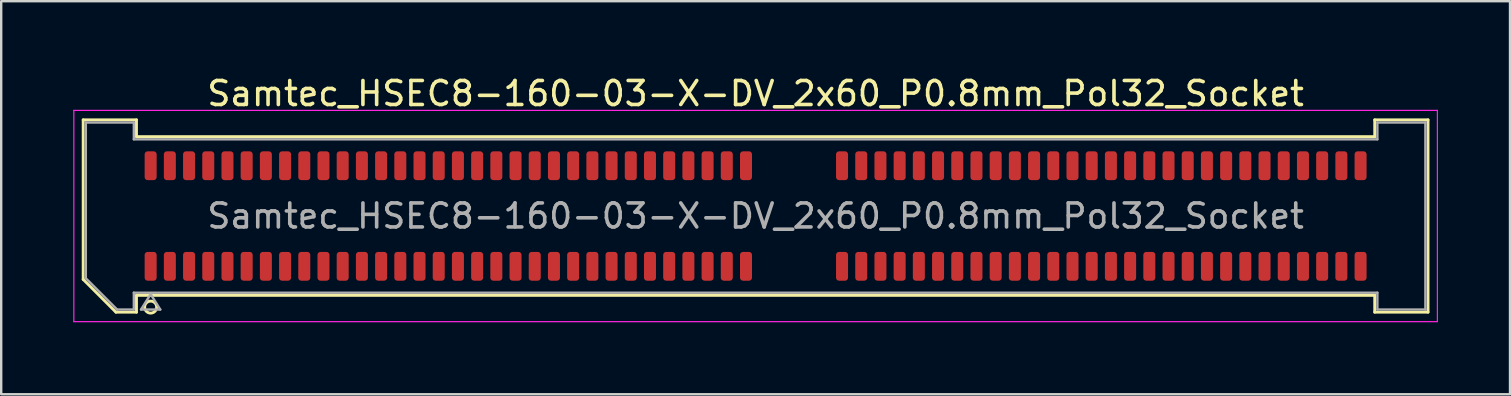
<source format=kicad_pcb>
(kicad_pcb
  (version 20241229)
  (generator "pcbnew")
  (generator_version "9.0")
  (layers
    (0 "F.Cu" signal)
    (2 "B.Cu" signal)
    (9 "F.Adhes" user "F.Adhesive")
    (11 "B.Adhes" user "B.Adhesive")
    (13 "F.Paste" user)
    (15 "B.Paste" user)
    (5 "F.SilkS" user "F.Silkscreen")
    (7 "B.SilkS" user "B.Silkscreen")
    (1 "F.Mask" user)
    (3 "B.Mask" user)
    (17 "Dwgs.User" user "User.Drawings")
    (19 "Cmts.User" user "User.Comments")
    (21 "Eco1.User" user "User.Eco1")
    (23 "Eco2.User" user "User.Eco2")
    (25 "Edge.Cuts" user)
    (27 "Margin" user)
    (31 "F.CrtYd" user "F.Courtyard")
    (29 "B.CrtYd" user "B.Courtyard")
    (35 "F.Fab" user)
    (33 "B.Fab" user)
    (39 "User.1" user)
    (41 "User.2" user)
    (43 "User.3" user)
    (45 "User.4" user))
  (footprint "Samtec_HSEC8-160-03-X-DV_2x60_P0.8mm_Pol32_Socket"
    (layer "F.Cu")
    (at 28.425 5.948)
    (property "Reference" "Samtec_HSEC8-160-03-X-DV_2x60_P0.8mm_Pol32_Socket" (at 0 -5.1 0) (layer "F.SilkS") (effects (font (size 1 1) (thickness 0.15))))
    (attr smd)
    (fp_line (start -28.01 -4.005) (end -25.79 -4.005) (stroke (width 0.12) (type solid)) (layer "F.SilkS"))
    (fp_line (start -28.01 2.641) (end -28.01 -4.005) (stroke (width 0.12) (type solid)) (layer "F.SilkS"))
    (fp_line (start -26.646 4.005) (end -28.01 2.641) (stroke (width 0.12) (type solid)) (layer "F.SilkS"))
    (fp_line (start -25.79 -4.005) (end -25.79 -3.305) (stroke (width 0.12) (type solid)) (layer "F.SilkS"))
    (fp_line (start -25.79 -3.305) (end 25.79 -3.305) (stroke (width 0.12) (type solid)) (layer "F.SilkS"))
    (fp_line (start -25.79 3.305) (end -25.79 4.005) (stroke (width 0.12) (type solid)) (layer "F.SilkS"))
    (fp_line (start -25.79 4.005) (end -26.646 4.005) (stroke (width 0.12) (type solid)) (layer "F.SilkS"))
    (fp_line (start 25.79 -4.005) (end 28.01 -4.005) (stroke (width 0.12) (type solid)) (layer "F.SilkS"))
    (fp_line (start 25.79 -3.305) (end 25.79 -4.005) (stroke (width 0.12) (type solid)) (layer "F.SilkS"))
    (fp_line (start 25.79 3.305) (end -25.79 3.305) (stroke (width 0.12) (type solid)) (layer "F.SilkS"))
    (fp_line (start 25.79 4.005) (end 25.79 3.305) (stroke (width 0.12) (type solid)) (layer "F.SilkS"))
    (fp_line (start 28.01 -4.005) (end 28.01 4.005) (stroke (width 0.12) (type solid)) (layer "F.SilkS"))
    (fp_line (start 28.01 4.005) (end 25.79 4.005) (stroke (width 0.12) (type solid)) (layer "F.SilkS"))
    (fp_circle (center -25.2 3.795) (end -24.95 3.795) (stroke (width 0.12) (type solid)) (fill no) (layer "F.SilkS"))
    (fp_line (start -28.4 -4.4) (end -28.4 4.4) (stroke (width 0.05) (type solid)) (layer "F.CrtYd"))
    (fp_line (start -28.4 4.4) (end 28.4 4.4) (stroke (width 0.05) (type solid)) (layer "F.CrtYd"))
    (fp_line (start 28.4 -4.4) (end -28.4 -4.4) (stroke (width 0.05) (type solid)) (layer "F.CrtYd"))
    (fp_line (start 28.4 4.4) (end 28.4 -4.4) (stroke (width 0.05) (type solid)) (layer "F.CrtYd"))
    (fp_line (start -27.9 -3.895) (end -25.9 -3.895) (stroke (width 0.1) (type solid)) (layer "F.Fab"))
    (fp_line (start -27.9 2.595) (end -27.9 -3.895) (stroke (width 0.1) (type solid)) (layer "F.Fab"))
    (fp_line (start -26.6 3.895) (end -27.9 2.595) (stroke (width 0.1) (type solid)) (layer "F.Fab"))
    (fp_line (start -25.9 -3.895) (end -25.9 -3.195) (stroke (width 0.1) (type solid)) (layer "F.Fab"))
    (fp_line (start -25.9 -3.195) (end 25.9 -3.195) (stroke (width 0.1) (type solid)) (layer "F.Fab"))
    (fp_line (start -25.9 3.195) (end -25.9 3.895) (stroke (width 0.1) (type solid)) (layer "F.Fab"))
    (fp_line (start -25.9 3.895) (end -26.6 3.895) (stroke (width 0.1) (type solid)) (layer "F.Fab"))
    (fp_line (start -25.6 3.895) (end -25.2 3.255) (stroke (width 0.1) (type solid)) (layer "F.Fab"))
    (fp_line (start -25.2 3.255) (end -24.8 3.895) (stroke (width 0.1) (type solid)) (layer "F.Fab"))
    (fp_line (start -24.8 3.895) (end -25.6 3.895) (stroke (width 0.1) (type solid)) (layer "F.Fab"))
    (fp_line (start 25.9 -3.895) (end 27.9 -3.895) (stroke (width 0.1) (type solid)) (layer "F.Fab"))
    (fp_line (start 25.9 -3.195) (end 25.9 -3.895) (stroke (width 0.1) (type solid)) (layer "F.Fab"))
    (fp_line (start 25.9 3.195) (end -25.9 3.195) (stroke (width 0.1) (type solid)) (layer "F.Fab"))
    (fp_line (start 25.9 3.895) (end 25.9 3.195) (stroke (width 0.1) (type solid)) (layer "F.Fab"))
    (fp_line (start 27.9 -3.895) (end 27.9 3.895) (stroke (width 0.1) (type solid)) (layer "F.Fab"))
    (fp_line (start 27.9 3.895) (end 25.9 3.895) (stroke (width 0.1) (type solid)) (layer "F.Fab"))
    (fp_text user "${REFERENCE}" (at 0 0 0) (layer "F.Fab") (effects (font (size 1 1) (thickness 0.15))))
    (pad "1" smd roundrect (at -25.2 2.095) (size 0.5 1.2) (layers "F.Cu" "F.Mask" "F.Paste") (roundrect_rratio 0.25))
    (pad "2" smd roundrect (at -25.2 -2.095) (size 0.5 1.2) (layers "F.Cu" "F.Mask" "F.Paste") (roundrect_rratio 0.25))
    (pad "3" smd roundrect (at -24.4 2.095) (size 0.5 1.2) (layers "F.Cu" "F.Mask" "F.Paste") (roundrect_rratio 0.25))
    (pad "4" smd roundrect (at -24.4 -2.095) (size 0.5 1.2) (layers "F.Cu" "F.Mask" "F.Paste") (roundrect_rratio 0.25))
    (pad "5" smd roundrect (at -23.6 2.095) (size 0.5 1.2) (layers "F.Cu" "F.Mask" "F.Paste") (roundrect_rratio 0.25))
    (pad "6" smd roundrect (at -23.6 -2.095) (size 0.5 1.2) (layers "F.Cu" "F.Mask" "F.Paste") (roundrect_rratio 0.25))
    (pad "7" smd roundrect (at -22.8 2.095) (size 0.5 1.2) (layers "F.Cu" "F.Mask" "F.Paste") (roundrect_rratio 0.25))
    (pad "8" smd roundrect (at -22.8 -2.095) (size 0.5 1.2) (layers "F.Cu" "F.Mask" "F.Paste") (roundrect_rratio 0.25))
    (pad "9" smd roundrect (at -22 2.095) (size 0.5 1.2) (layers "F.Cu" "F.Mask" "F.Paste") (roundrect_rratio 0.25))
    (pad "10" smd roundrect (at -22 -2.095) (size 0.5 1.2) (layers "F.Cu" "F.Mask" "F.Paste") (roundrect_rratio 0.25))
    (pad "11" smd roundrect (at -21.2 2.095) (size 0.5 1.2) (layers "F.Cu" "F.Mask" "F.Paste") (roundrect_rratio 0.25))
    (pad "12" smd roundrect (at -21.2 -2.095) (size 0.5 1.2) (layers "F.Cu" "F.Mask" "F.Paste") (roundrect_rratio 0.25))
    (pad "13" smd roundrect (at -20.4 2.095) (size 0.5 1.2) (layers "F.Cu" "F.Mask" "F.Paste") (roundrect_rratio 0.25))
    (pad "14" smd roundrect (at -20.4 -2.095) (size 0.5 1.2) (layers "F.Cu" "F.Mask" "F.Paste") (roundrect_rratio 0.25))
    (pad "15" smd roundrect (at -19.6 2.095) (size 0.5 1.2) (layers "F.Cu" "F.Mask" "F.Paste") (roundrect_rratio 0.25))
    (pad "16" smd roundrect (at -19.6 -2.095) (size 0.5 1.2) (layers "F.Cu" "F.Mask" "F.Paste") (roundrect_rratio 0.25))
    (pad "17" smd roundrect (at -18.8 2.095) (size 0.5 1.2) (layers "F.Cu" "F.Mask" "F.Paste") (roundrect_rratio 0.25))
    (pad "18" smd roundrect (at -18.8 -2.095) (size 0.5 1.2) (layers "F.Cu" "F.Mask" "F.Paste") (roundrect_rratio 0.25))
    (pad "19" smd roundrect (at -18 2.095) (size 0.5 1.2) (layers "F.Cu" "F.Mask" "F.Paste") (roundrect_rratio 0.25))
    (pad "20" smd roundrect (at -18 -2.095) (size 0.5 1.2) (layers "F.Cu" "F.Mask" "F.Paste") (roundrect_rratio 0.25))
    (pad "21" smd roundrect (at -17.2 2.095) (size 0.5 1.2) (layers "F.Cu" "F.Mask" "F.Paste") (roundrect_rratio 0.25))
    (pad "22" smd roundrect (at -17.2 -2.095) (size 0.5 1.2) (layers "F.Cu" "F.Mask" "F.Paste") (roundrect_rratio 0.25))
    (pad "23" smd roundrect (at -16.4 2.095) (size 0.5 1.2) (layers "F.Cu" "F.Mask" "F.Paste") (roundrect_rratio 0.25))
    (pad "24" smd roundrect (at -16.4 -2.095) (size 0.5 1.2) (layers "F.Cu" "F.Mask" "F.Paste") (roundrect_rratio 0.25))
    (pad "25" smd roundrect (at -15.6 2.095) (size 0.5 1.2) (layers "F.Cu" "F.Mask" "F.Paste") (roundrect_rratio 0.25))
    (pad "26" smd roundrect (at -15.6 -2.095) (size 0.5 1.2) (layers "F.Cu" "F.Mask" "F.Paste") (roundrect_rratio 0.25))
    (pad "27" smd roundrect (at -14.8 2.095) (size 0.5 1.2) (layers "F.Cu" "F.Mask" "F.Paste") (roundrect_rratio 0.25))
    (pad "28" smd roundrect (at -14.8 -2.095) (size 0.5 1.2) (layers "F.Cu" "F.Mask" "F.Paste") (roundrect_rratio 0.25))
    (pad "29" smd roundrect (at -14 2.095) (size 0.5 1.2) (layers "F.Cu" "F.Mask" "F.Paste") (roundrect_rratio 0.25))
    (pad "30" smd roundrect (at -14 -2.095) (size 0.5 1.2) (layers "F.Cu" "F.Mask" "F.Paste") (roundrect_rratio 0.25))
    (pad "31" smd roundrect (at -13.2 2.095) (size 0.5 1.2) (layers "F.Cu" "F.Mask" "F.Paste") (roundrect_rratio 0.25))
    (pad "32" smd roundrect (at -13.2 -2.095) (size 0.5 1.2) (layers "F.Cu" "F.Mask" "F.Paste") (roundrect_rratio 0.25))
    (pad "33" smd roundrect (at -12.4 2.095) (size 0.5 1.2) (layers "F.Cu" "F.Mask" "F.Paste") (roundrect_rratio 0.25))
    (pad "34" smd roundrect (at -12.4 -2.095) (size 0.5 1.2) (layers "F.Cu" "F.Mask" "F.Paste") (roundrect_rratio 0.25))
    (pad "35" smd roundrect (at -11.6 2.095) (size 0.5 1.2) (layers "F.Cu" "F.Mask" "F.Paste") (roundrect_rratio 0.25))
    (pad "36" smd roundrect (at -11.6 -2.095) (size 0.5 1.2) (layers "F.Cu" "F.Mask" "F.Paste") (roundrect_rratio 0.25))
    (pad "37" smd roundrect (at -10.8 2.095) (size 0.5 1.2) (layers "F.Cu" "F.Mask" "F.Paste") (roundrect_rratio 0.25))
    (pad "38" smd roundrect (at -10.8 -2.095) (size 0.5 1.2) (layers "F.Cu" "F.Mask" "F.Paste") (roundrect_rratio 0.25))
    (pad "39" smd roundrect (at -10 2.095) (size 0.5 1.2) (layers "F.Cu" "F.Mask" "F.Paste") (roundrect_rratio 0.25))
    (pad "40" smd roundrect (at -10 -2.095) (size 0.5 1.2) (layers "F.Cu" "F.Mask" "F.Paste") (roundrect_rratio 0.25))
    (pad "41" smd roundrect (at -9.2 2.095) (size 0.5 1.2) (layers "F.Cu" "F.Mask" "F.Paste") (roundrect_rratio 0.25))
    (pad "42" smd roundrect (at -9.2 -2.095) (size 0.5 1.2) (layers "F.Cu" "F.Mask" "F.Paste") (roundrect_rratio 0.25))
    (pad "43" smd roundrect (at -8.4 2.095) (size 0.5 1.2) (layers "F.Cu" "F.Mask" "F.Paste") (roundrect_rratio 0.25))
    (pad "44" smd roundrect (at -8.4 -2.095) (size 0.5 1.2) (layers "F.Cu" "F.Mask" "F.Paste") (roundrect_rratio 0.25))
    (pad "45" smd roundrect (at -7.6 2.095) (size 0.5 1.2) (layers "F.Cu" "F.Mask" "F.Paste") (roundrect_rratio 0.25))
    (pad "46" smd roundrect (at -7.6 -2.095) (size 0.5 1.2) (layers "F.Cu" "F.Mask" "F.Paste") (roundrect_rratio 0.25))
    (pad "47" smd roundrect (at -6.8 2.095) (size 0.5 1.2) (layers "F.Cu" "F.Mask" "F.Paste") (roundrect_rratio 0.25))
    (pad "48" smd roundrect (at -6.8 -2.095) (size 0.5 1.2) (layers "F.Cu" "F.Mask" "F.Paste") (roundrect_rratio 0.25))
    (pad "49" smd roundrect (at -6 2.095) (size 0.5 1.2) (layers "F.Cu" "F.Mask" "F.Paste") (roundrect_rratio 0.25))
    (pad "50" smd roundrect (at -6 -2.095) (size 0.5 1.2) (layers "F.Cu" "F.Mask" "F.Paste") (roundrect_rratio 0.25))
    (pad "51" smd roundrect (at -5.2 2.095) (size 0.5 1.2) (layers "F.Cu" "F.Mask" "F.Paste") (roundrect_rratio 0.25))
    (pad "52" smd roundrect (at -5.2 -2.095) (size 0.5 1.2) (layers "F.Cu" "F.Mask" "F.Paste") (roundrect_rratio 0.25))
    (pad "53" smd roundrect (at -4.4 2.095) (size 0.5 1.2) (layers "F.Cu" "F.Mask" "F.Paste") (roundrect_rratio 0.25))
    (pad "54" smd roundrect (at -4.4 -2.095) (size 0.5 1.2) (layers "F.Cu" "F.Mask" "F.Paste") (roundrect_rratio 0.25))
    (pad "55" smd roundrect (at -3.6 2.095) (size 0.5 1.2) (layers "F.Cu" "F.Mask" "F.Paste") (roundrect_rratio 0.25))
    (pad "56" smd roundrect (at -3.6 -2.095) (size 0.5 1.2) (layers "F.Cu" "F.Mask" "F.Paste") (roundrect_rratio 0.25))
    (pad "57" smd roundrect (at -2.8 2.095) (size 0.5 1.2) (layers "F.Cu" "F.Mask" "F.Paste") (roundrect_rratio 0.25))
    (pad "58" smd roundrect (at -2.8 -2.095) (size 0.5 1.2) (layers "F.Cu" "F.Mask" "F.Paste") (roundrect_rratio 0.25))
    (pad "59" smd roundrect (at -2 2.095) (size 0.5 1.2) (layers "F.Cu" "F.Mask" "F.Paste") (roundrect_rratio 0.25))
    (pad "60" smd roundrect (at -2 -2.095) (size 0.5 1.2) (layers "F.Cu" "F.Mask" "F.Paste") (roundrect_rratio 0.25))
    (pad "61" smd roundrect (at -1.2 2.095) (size 0.5 1.2) (layers "F.Cu" "F.Mask" "F.Paste") (roundrect_rratio 0.25))
    (pad "62" smd roundrect (at -1.2 -2.095) (size 0.5 1.2) (layers "F.Cu" "F.Mask" "F.Paste") (roundrect_rratio 0.25))
    (pad "63" smd roundrect (at -0.4 2.095) (size 0.5 1.2) (layers "F.Cu" "F.Mask" "F.Paste") (roundrect_rratio 0.25))
    (pad "64" smd roundrect (at -0.4 -2.095) (size 0.5 1.2) (layers "F.Cu" "F.Mask" "F.Paste") (roundrect_rratio 0.25))
    (pad "65" smd roundrect (at 3.6 2.095) (size 0.5 1.2) (layers "F.Cu" "F.Mask" "F.Paste") (roundrect_rratio 0.25))
    (pad "66" smd roundrect (at 3.6 -2.095) (size 0.5 1.2) (layers "F.Cu" "F.Mask" "F.Paste") (roundrect_rratio 0.25))
    (pad "67" smd roundrect (at 4.4 2.095) (size 0.5 1.2) (layers "F.Cu" "F.Mask" "F.Paste") (roundrect_rratio 0.25))
    (pad "68" smd roundrect (at 4.4 -2.095) (size 0.5 1.2) (layers "F.Cu" "F.Mask" "F.Paste") (roundrect_rratio 0.25))
    (pad "69" smd roundrect (at 5.2 2.095) (size 0.5 1.2) (layers "F.Cu" "F.Mask" "F.Paste") (roundrect_rratio 0.25))
    (pad "70" smd roundrect (at 5.2 -2.095) (size 0.5 1.2) (layers "F.Cu" "F.Mask" "F.Paste") (roundrect_rratio 0.25))
    (pad "71" smd roundrect (at 6 2.095) (size 0.5 1.2) (layers "F.Cu" "F.Mask" "F.Paste") (roundrect_rratio 0.25))
    (pad "72" smd roundrect (at 6 -2.095) (size 0.5 1.2) (layers "F.Cu" "F.Mask" "F.Paste") (roundrect_rratio 0.25))
    (pad "73" smd roundrect (at 6.8 2.095) (size 0.5 1.2) (layers "F.Cu" "F.Mask" "F.Paste") (roundrect_rratio 0.25))
    (pad "74" smd roundrect (at 6.8 -2.095) (size 0.5 1.2) (layers "F.Cu" "F.Mask" "F.Paste") (roundrect_rratio 0.25))
    (pad "75" smd roundrect (at 7.6 2.095) (size 0.5 1.2) (layers "F.Cu" "F.Mask" "F.Paste") (roundrect_rratio 0.25))
    (pad "76" smd roundrect (at 7.6 -2.095) (size 0.5 1.2) (layers "F.Cu" "F.Mask" "F.Paste") (roundrect_rratio 0.25))
    (pad "77" smd roundrect (at 8.4 2.095) (size 0.5 1.2) (layers "F.Cu" "F.Mask" "F.Paste") (roundrect_rratio 0.25))
    (pad "78" smd roundrect (at 8.4 -2.095) (size 0.5 1.2) (layers "F.Cu" "F.Mask" "F.Paste") (roundrect_rratio 0.25))
    (pad "79" smd roundrect (at 9.2 2.095) (size 0.5 1.2) (layers "F.Cu" "F.Mask" "F.Paste") (roundrect_rratio 0.25))
    (pad "80" smd roundrect (at 9.2 -2.095) (size 0.5 1.2) (layers "F.Cu" "F.Mask" "F.Paste") (roundrect_rratio 0.25))
    (pad "81" smd roundrect (at 10 2.095) (size 0.5 1.2) (layers "F.Cu" "F.Mask" "F.Paste") (roundrect_rratio 0.25))
    (pad "82" smd roundrect (at 10 -2.095) (size 0.5 1.2) (layers "F.Cu" "F.Mask" "F.Paste") (roundrect_rratio 0.25))
    (pad "83" smd roundrect (at 10.8 2.095) (size 0.5 1.2) (layers "F.Cu" "F.Mask" "F.Paste") (roundrect_rratio 0.25))
    (pad "84" smd roundrect (at 10.8 -2.095) (size 0.5 1.2) (layers "F.Cu" "F.Mask" "F.Paste") (roundrect_rratio 0.25))
    (pad "85" smd roundrect (at 11.6 2.095) (size 0.5 1.2) (layers "F.Cu" "F.Mask" "F.Paste") (roundrect_rratio 0.25))
    (pad "86" smd roundrect (at 11.6 -2.095) (size 0.5 1.2) (layers "F.Cu" "F.Mask" "F.Paste") (roundrect_rratio 0.25))
    (pad "87" smd roundrect (at 12.4 2.095) (size 0.5 1.2) (layers "F.Cu" "F.Mask" "F.Paste") (roundrect_rratio 0.25))
    (pad "88" smd roundrect (at 12.4 -2.095) (size 0.5 1.2) (layers "F.Cu" "F.Mask" "F.Paste") (roundrect_rratio 0.25))
    (pad "89" smd roundrect (at 13.2 2.095) (size 0.5 1.2) (layers "F.Cu" "F.Mask" "F.Paste") (roundrect_rratio 0.25))
    (pad "90" smd roundrect (at 13.2 -2.095) (size 0.5 1.2) (layers "F.Cu" "F.Mask" "F.Paste") (roundrect_rratio 0.25))
    (pad "91" smd roundrect (at 14 2.095) (size 0.5 1.2) (layers "F.Cu" "F.Mask" "F.Paste") (roundrect_rratio 0.25))
    (pad "92" smd roundrect (at 14 -2.095) (size 0.5 1.2) (layers "F.Cu" "F.Mask" "F.Paste") (roundrect_rratio 0.25))
    (pad "93" smd roundrect (at 14.8 2.095) (size 0.5 1.2) (layers "F.Cu" "F.Mask" "F.Paste") (roundrect_rratio 0.25))
    (pad "94" smd roundrect (at 14.8 -2.095) (size 0.5 1.2) (layers "F.Cu" "F.Mask" "F.Paste") (roundrect_rratio 0.25))
    (pad "95" smd roundrect (at 15.6 2.095) (size 0.5 1.2) (layers "F.Cu" "F.Mask" "F.Paste") (roundrect_rratio 0.25))
    (pad "96" smd roundrect (at 15.6 -2.095) (size 0.5 1.2) (layers "F.Cu" "F.Mask" "F.Paste") (roundrect_rratio 0.25))
    (pad "97" smd roundrect (at 16.4 2.095) (size 0.5 1.2) (layers "F.Cu" "F.Mask" "F.Paste") (roundrect_rratio 0.25))
    (pad "98" smd roundrect (at 16.4 -2.095) (size 0.5 1.2) (layers "F.Cu" "F.Mask" "F.Paste") (roundrect_rratio 0.25))
    (pad "99" smd roundrect (at 17.2 2.095) (size 0.5 1.2) (layers "F.Cu" "F.Mask" "F.Paste") (roundrect_rratio 0.25))
    (pad "100" smd roundrect (at 17.2 -2.095) (size 0.5 1.2) (layers "F.Cu" "F.Mask" "F.Paste") (roundrect_rratio 0.25))
    (pad "101" smd roundrect (at 18 2.095) (size 0.5 1.2) (layers "F.Cu" "F.Mask" "F.Paste") (roundrect_rratio 0.25))
    (pad "102" smd roundrect (at 18 -2.095) (size 0.5 1.2) (layers "F.Cu" "F.Mask" "F.Paste") (roundrect_rratio 0.25))
    (pad "103" smd roundrect (at 18.8 2.095) (size 0.5 1.2) (layers "F.Cu" "F.Mask" "F.Paste") (roundrect_rratio 0.25))
    (pad "104" smd roundrect (at 18.8 -2.095) (size 0.5 1.2) (layers "F.Cu" "F.Mask" "F.Paste") (roundrect_rratio 0.25))
    (pad "105" smd roundrect (at 19.6 2.095) (size 0.5 1.2) (layers "F.Cu" "F.Mask" "F.Paste") (roundrect_rratio 0.25))
    (pad "106" smd roundrect (at 19.6 -2.095) (size 0.5 1.2) (layers "F.Cu" "F.Mask" "F.Paste") (roundrect_rratio 0.25))
    (pad "107" smd roundrect (at 20.4 2.095) (size 0.5 1.2) (layers "F.Cu" "F.Mask" "F.Paste") (roundrect_rratio 0.25))
    (pad "108" smd roundrect (at 20.4 -2.095) (size 0.5 1.2) (layers "F.Cu" "F.Mask" "F.Paste") (roundrect_rratio 0.25))
    (pad "109" smd roundrect (at 21.2 2.095) (size 0.5 1.2) (layers "F.Cu" "F.Mask" "F.Paste") (roundrect_rratio 0.25))
    (pad "110" smd roundrect (at 21.2 -2.095) (size 0.5 1.2) (layers "F.Cu" "F.Mask" "F.Paste") (roundrect_rratio 0.25))
    (pad "111" smd roundrect (at 22 2.095) (size 0.5 1.2) (layers "F.Cu" "F.Mask" "F.Paste") (roundrect_rratio 0.25))
    (pad "112" smd roundrect (at 22 -2.095) (size 0.5 1.2) (layers "F.Cu" "F.Mask" "F.Paste") (roundrect_rratio 0.25))
    (pad "113" smd roundrect (at 22.8 2.095) (size 0.5 1.2) (layers "F.Cu" "F.Mask" "F.Paste") (roundrect_rratio 0.25))
    (pad "114" smd roundrect (at 22.8 -2.095) (size 0.5 1.2) (layers "F.Cu" "F.Mask" "F.Paste") (roundrect_rratio 0.25))
    (pad "115" smd roundrect (at 23.6 2.095) (size 0.5 1.2) (layers "F.Cu" "F.Mask" "F.Paste") (roundrect_rratio 0.25))
    (pad "116" smd roundrect (at 23.6 -2.095) (size 0.5 1.2) (layers "F.Cu" "F.Mask" "F.Paste") (roundrect_rratio 0.25))
    (pad "117" smd roundrect (at 24.4 2.095) (size 0.5 1.2) (layers "F.Cu" "F.Mask" "F.Paste") (roundrect_rratio 0.25))
    (pad "118" smd roundrect (at 24.4 -2.095) (size 0.5 1.2) (layers "F.Cu" "F.Mask" "F.Paste") (roundrect_rratio 0.25))
    (pad "119" smd roundrect (at 25.2 2.095) (size 0.5 1.2) (layers "F.Cu" "F.Mask" "F.Paste") (roundrect_rratio 0.25))
    (pad "120" smd roundrect (at 25.2 -2.095) (size 0.5 1.2) (layers "F.Cu" "F.Mask" "F.Paste") (roundrect_rratio 0.25)))
  (gr_rect
    (start -3 -3)
    (end 59.85 13.373)
    (stroke (width 0.1) (type default))
    (fill no)
    (layer "Edge.Cuts")))
</source>
